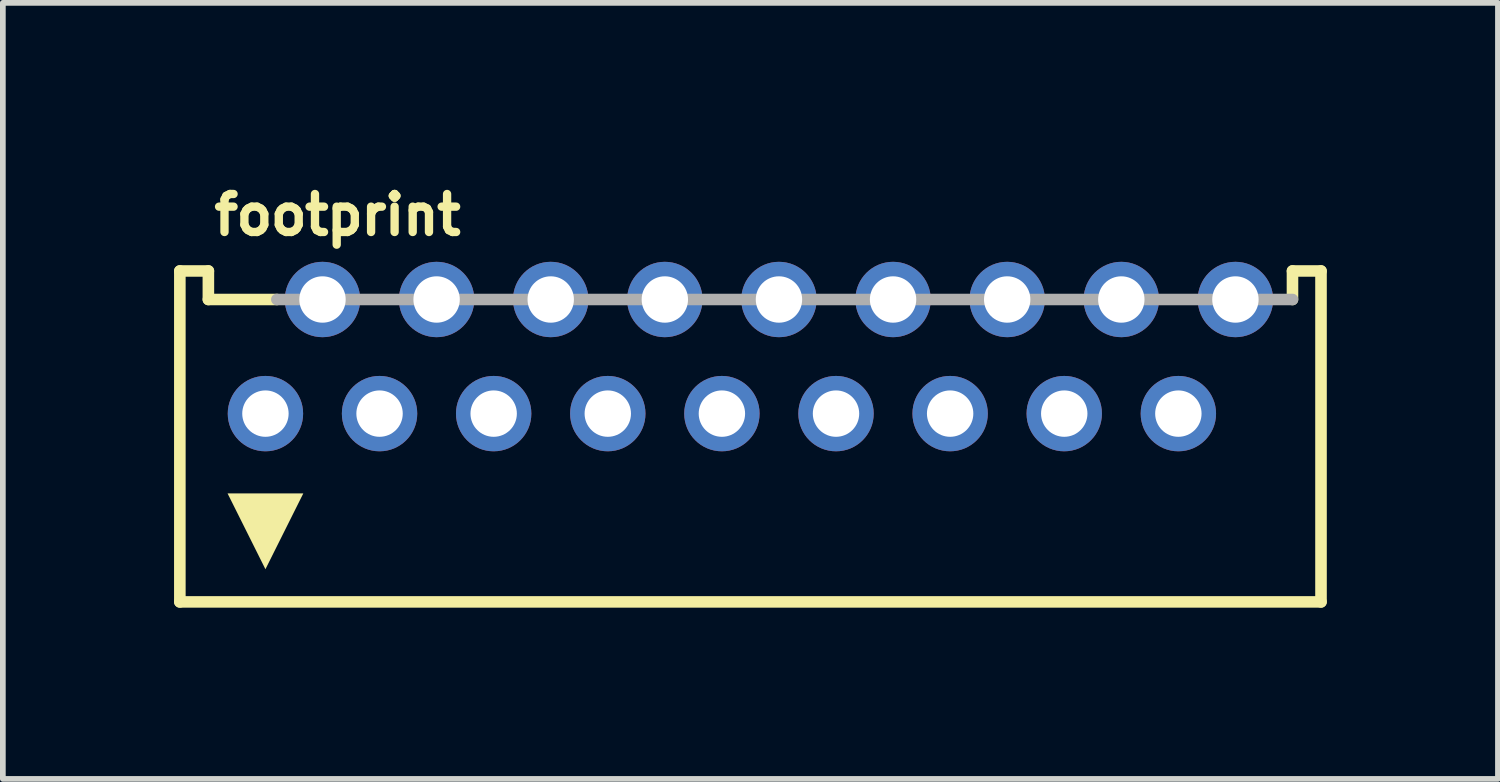
<source format=kicad_pcb>
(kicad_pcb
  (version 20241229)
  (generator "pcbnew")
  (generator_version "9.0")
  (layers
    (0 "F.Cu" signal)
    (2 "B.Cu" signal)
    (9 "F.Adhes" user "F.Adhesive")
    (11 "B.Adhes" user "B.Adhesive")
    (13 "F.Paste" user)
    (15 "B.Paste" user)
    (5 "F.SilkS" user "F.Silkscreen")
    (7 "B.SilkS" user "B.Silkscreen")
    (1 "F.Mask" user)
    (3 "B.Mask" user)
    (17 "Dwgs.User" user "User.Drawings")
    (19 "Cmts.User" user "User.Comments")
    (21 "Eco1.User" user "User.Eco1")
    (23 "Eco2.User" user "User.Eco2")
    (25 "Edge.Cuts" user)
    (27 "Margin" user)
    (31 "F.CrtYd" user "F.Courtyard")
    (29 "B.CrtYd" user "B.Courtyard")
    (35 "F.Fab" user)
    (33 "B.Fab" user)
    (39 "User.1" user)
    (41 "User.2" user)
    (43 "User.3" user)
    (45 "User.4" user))
  (footprint "footprint"
    (layer "F.Cu")
    (at 10.102 4.199)
    (property "Reference" "footprint" (at -9.472 -3.094 0) (layer "F.SilkS") (effects (font (size 0.666 0.666) (thickness 0.146)) (justify left bottom)))
    (fp_line (start -10 -2.5) (end -10 3.3) (stroke (width 0.203) (type solid)) (layer "F.SilkS"))
    (fp_line (start -10 3.3) (end 10 3.3) (stroke (width 0.203) (type solid)) (layer "F.SilkS"))
    (fp_line (start -9.5 -2.5) (end -10 -2.5) (stroke (width 0.203) (type solid)) (layer "F.SilkS"))
    (fp_line (start -9.5 -2) (end -9.5 -2.5) (stroke (width 0.203) (type solid)) (layer "F.SilkS"))
    (fp_line (start -9.5 -2) (end -8.3 -2) (stroke (width 0.203) (type solid)) (layer "F.SilkS"))
    (fp_line (start 9.5 -2.5) (end 10 -2.5) (stroke (width 0.203) (type solid)) (layer "F.SilkS"))
    (fp_line (start 9.5 -2) (end 9.5 -2.5) (stroke (width 0.203) (type solid)) (layer "F.SilkS"))
    (fp_line (start 10 -2.5) (end 10 3.3) (stroke (width 0.203) (type solid)) (layer "F.SilkS"))
    (fp_poly (pts (xy -8.5 2.727) (xy -9.164 1.398) (xy -7.836 1.398)) (stroke (width 0) (type solid)) (fill yes) (layer "F.SilkS"))
    (fp_line (start -8.3 -2) (end 9.5 -2) (stroke (width 0.203) (type solid)) (layer "F.Fab"))
    (pad "1" thru_hole circle (at -8.5 0) (size 1.321 1.321) (drill 0.813) (layers "*.Cu" "*.Mask"))
    (pad "2" thru_hole circle (at -7.5 -2) (size 1.321 1.321) (drill 0.813) (layers "*.Cu" "*.Mask"))
    (pad "3" thru_hole circle (at -6.5 0) (size 1.321 1.321) (drill 0.813) (layers "*.Cu" "*.Mask"))
    (pad "4" thru_hole circle (at -5.5 -2) (size 1.321 1.321) (drill 0.813) (layers "*.Cu" "*.Mask"))
    (pad "5" thru_hole circle (at -4.5 0) (size 1.321 1.321) (drill 0.813) (layers "*.Cu" "*.Mask"))
    (pad "6" thru_hole circle (at -3.5 -2) (size 1.321 1.321) (drill 0.813) (layers "*.Cu" "*.Mask"))
    (pad "7" thru_hole circle (at -2.5 0) (size 1.321 1.321) (drill 0.813) (layers "*.Cu" "*.Mask"))
    (pad "8" thru_hole circle (at -1.5 -2) (size 1.321 1.321) (drill 0.813) (layers "*.Cu" "*.Mask"))
    (pad "9" thru_hole circle (at -0.5 0) (size 1.321 1.321) (drill 0.813) (layers "*.Cu" "*.Mask"))
    (pad "10" thru_hole circle (at 0.5 -2) (size 1.321 1.321) (drill 0.813) (layers "*.Cu" "*.Mask"))
    (pad "11" thru_hole circle (at 1.5 0) (size 1.321 1.321) (drill 0.813) (layers "*.Cu" "*.Mask"))
    (pad "12" thru_hole circle (at 2.5 -2) (size 1.321 1.321) (drill 0.813) (layers "*.Cu" "*.Mask"))
    (pad "13" thru_hole circle (at 3.5 0) (size 1.321 1.321) (drill 0.813) (layers "*.Cu" "*.Mask"))
    (pad "14" thru_hole circle (at 4.5 -2) (size 1.321 1.321) (drill 0.813) (layers "*.Cu" "*.Mask"))
    (pad "15" thru_hole circle (at 5.5 0) (size 1.321 1.321) (drill 0.813) (layers "*.Cu" "*.Mask"))
    (pad "16" thru_hole circle (at 6.5 -2) (size 1.321 1.321) (drill 0.813) (layers "*.Cu" "*.Mask"))
    (pad "17" thru_hole circle (at 7.5 0) (size 1.321 1.321) (drill 0.813) (layers "*.Cu" "*.Mask"))
    (pad "18" thru_hole circle (at 8.5 -2) (size 1.321 1.321) (drill 0.813) (layers "*.Cu" "*.Mask")))
  (gr_rect
    (start -3 -3)
    (end 23.203 10.601)
    (stroke (width 0.1) (type default))
    (fill no)
    (layer "Edge.Cuts")))
</source>
